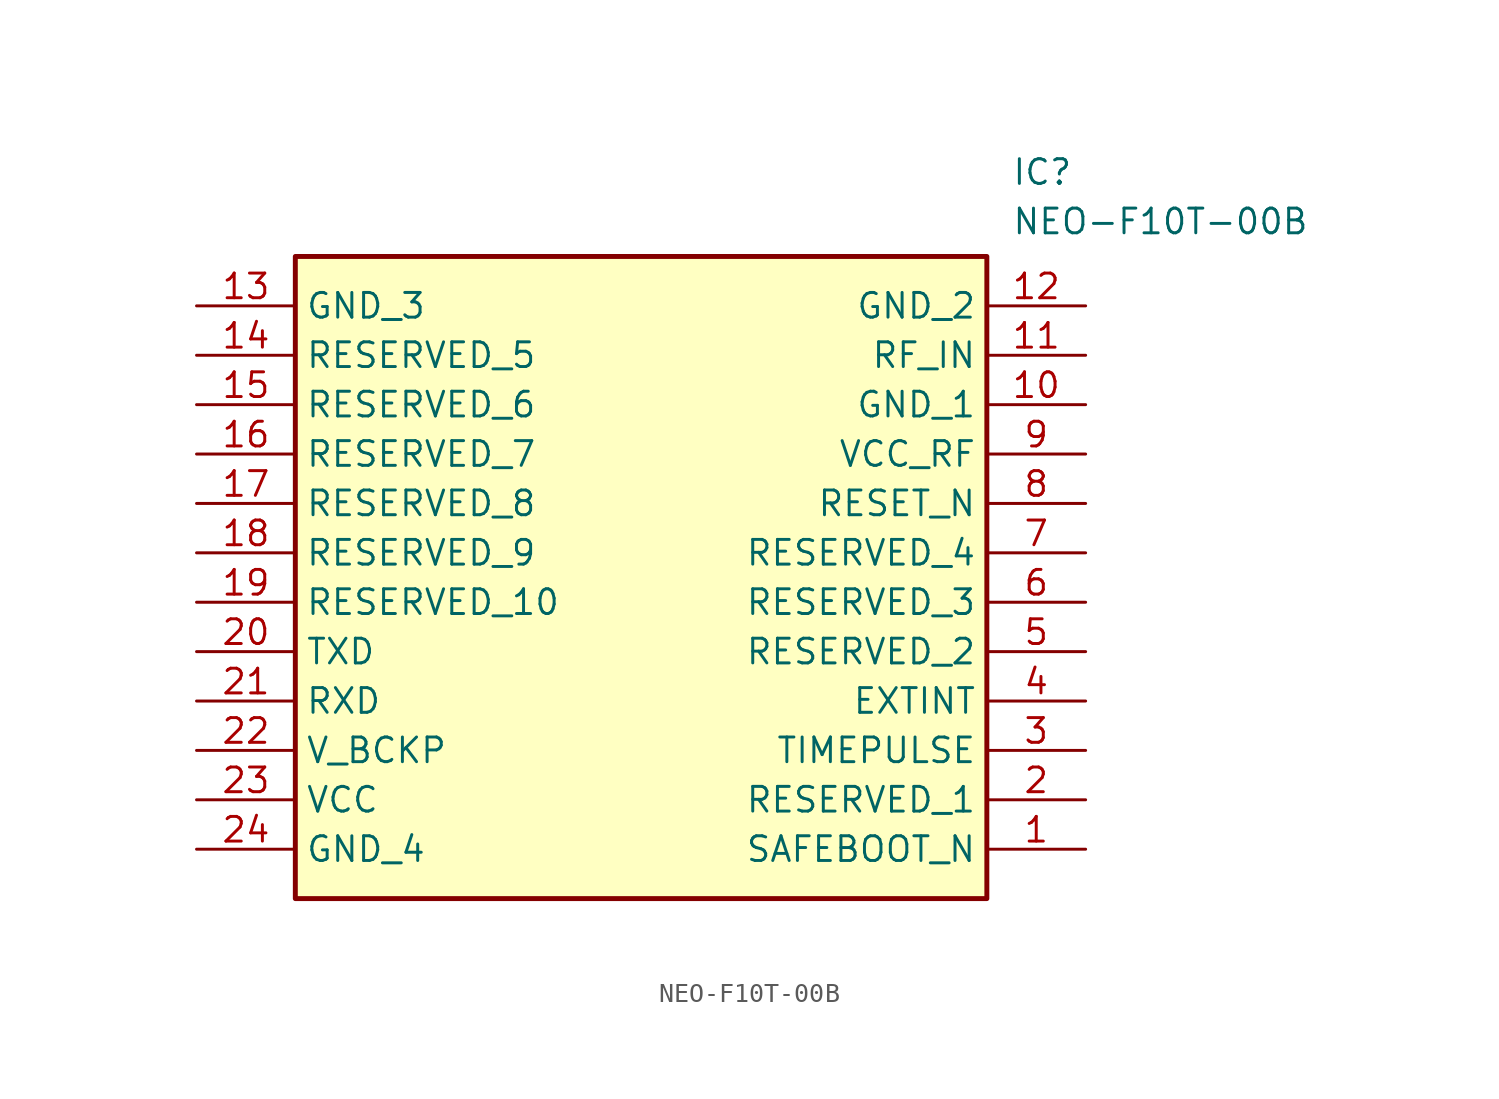
<source format=kicad_sym>
(kicad_symbol_lib
  (version 20211014)
  (generator SamacSys_ECAD_Model)
  (symbol "NEO-F10T-00B"
    (property "Reference" "IC"
      (at 41.91 7.62 0)
      (effects (font (size 1.27 1.27)) (justify left top)))
    (property "Value" "NEO-F10T-00B"
      (at 41.91 5.08 0)
      (effects (font (size 1.27 1.27)) (justify left top)))
    (rectangle
      (start 5.08 2.54)
      (end 40.64 -30.48)
      (stroke (width 0.254) (type default))
      (fill (type background)))
    (pin passive line
      (at 45.72 -27.94 180)
      (length 5.08)
      (name "SAFEBOOT_N" (effects (font (size 1.27 1.27))))
      (number "1" (effects (font (size 1.27 1.27)))))
    (pin passive line
      (at 45.72 -25.4 180)
      (length 5.08)
      (name "RESERVED_1" (effects (font (size 1.27 1.27))))
      (number "2" (effects (font (size 1.27 1.27)))))
    (pin passive line
      (at 45.72 -22.86 180)
      (length 5.08)
      (name "TIMEPULSE" (effects (font (size 1.27 1.27))))
      (number "3" (effects (font (size 1.27 1.27)))))
    (pin passive line
      (at 45.72 -20.32 180)
      (length 5.08)
      (name "EXTINT" (effects (font (size 1.27 1.27))))
      (number "4" (effects (font (size 1.27 1.27)))))
    (pin passive line
      (at 45.72 -17.78 180)
      (length 5.08)
      (name "RESERVED_2" (effects (font (size 1.27 1.27))))
      (number "5" (effects (font (size 1.27 1.27)))))
    (pin passive line
      (at 45.72 -15.24 180)
      (length 5.08)
      (name "RESERVED_3" (effects (font (size 1.27 1.27))))
      (number "6" (effects (font (size 1.27 1.27)))))
    (pin passive line
      (at 45.72 -12.7 180)
      (length 5.08)
      (name "RESERVED_4" (effects (font (size 1.27 1.27))))
      (number "7" (effects (font (size 1.27 1.27)))))
    (pin passive line
      (at 45.72 -10.16 180)
      (length 5.08)
      (name "RESET_N" (effects (font (size 1.27 1.27))))
      (number "8" (effects (font (size 1.27 1.27)))))
    (pin passive line
      (at 45.72 -7.62 180)
      (length 5.08)
      (name "VCC_RF" (effects (font (size 1.27 1.27))))
      (number "9" (effects (font (size 1.27 1.27)))))
    (pin passive line
      (at 45.72 -5.08 180)
      (length 5.08)
      (name "GND_1" (effects (font (size 1.27 1.27))))
      (number "10" (effects (font (size 1.27 1.27)))))
    (pin passive line
      (at 45.72 -2.54 180)
      (length 5.08)
      (name "RF_IN" (effects (font (size 1.27 1.27))))
      (number "11" (effects (font (size 1.27 1.27)))))
    (pin passive line
      (at 45.72 0 180)
      (length 5.08)
      (name "GND_2" (effects (font (size 1.27 1.27))))
      (number "12" (effects (font (size 1.27 1.27)))))
    (pin passive line
      (at 0 0 0)
      (length 5.08)
      (name "GND_3" (effects (font (size 1.27 1.27))))
      (number "13" (effects (font (size 1.27 1.27)))))
    (pin passive line
      (at 0 -2.54 0)
      (length 5.08)
      (name "RESERVED_5" (effects (font (size 1.27 1.27))))
      (number "14" (effects (font (size 1.27 1.27)))))
    (pin passive line
      (at 0 -5.08 0)
      (length 5.08)
      (name "RESERVED_6" (effects (font (size 1.27 1.27))))
      (number "15" (effects (font (size 1.27 1.27)))))
    (pin passive line
      (at 0 -7.62 0)
      (length 5.08)
      (name "RESERVED_7" (effects (font (size 1.27 1.27))))
      (number "16" (effects (font (size 1.27 1.27)))))
    (pin passive line
      (at 0 -10.16 0)
      (length 5.08)
      (name "RESERVED_8" (effects (font (size 1.27 1.27))))
      (number "17" (effects (font (size 1.27 1.27)))))
    (pin passive line
      (at 0 -12.7 0)
      (length 5.08)
      (name "RESERVED_9" (effects (font (size 1.27 1.27))))
      (number "18" (effects (font (size 1.27 1.27)))))
    (pin passive line
      (at 0 -15.24 0)
      (length 5.08)
      (name "RESERVED_10" (effects (font (size 1.27 1.27))))
      (number "19" (effects (font (size 1.27 1.27)))))
    (pin passive line
      (at 0 -17.78 0)
      (length 5.08)
      (name "TXD" (effects (font (size 1.27 1.27))))
      (number "20" (effects (font (size 1.27 1.27)))))
    (pin passive line
      (at 0 -20.32 0)
      (length 5.08)
      (name "RXD" (effects (font (size 1.27 1.27))))
      (number "21" (effects (font (size 1.27 1.27)))))
    (pin passive line
      (at 0 -22.86 0)
      (length 5.08)
      (name "V_BCKP" (effects (font (size 1.27 1.27))))
      (number "22" (effects (font (size 1.27 1.27)))))
    (pin passive line
      (at 0 -25.4 0)
      (length 5.08)
      (name "VCC" (effects (font (size 1.27 1.27))))
      (number "23" (effects (font (size 1.27 1.27)))))
    (pin passive line
      (at 0 -27.94 0)
      (length 5.08)
      (name "GND_4" (effects (font (size 1.27 1.27))))
      (number "24" (effects (font (size 1.27 1.27)))))))
</source>
